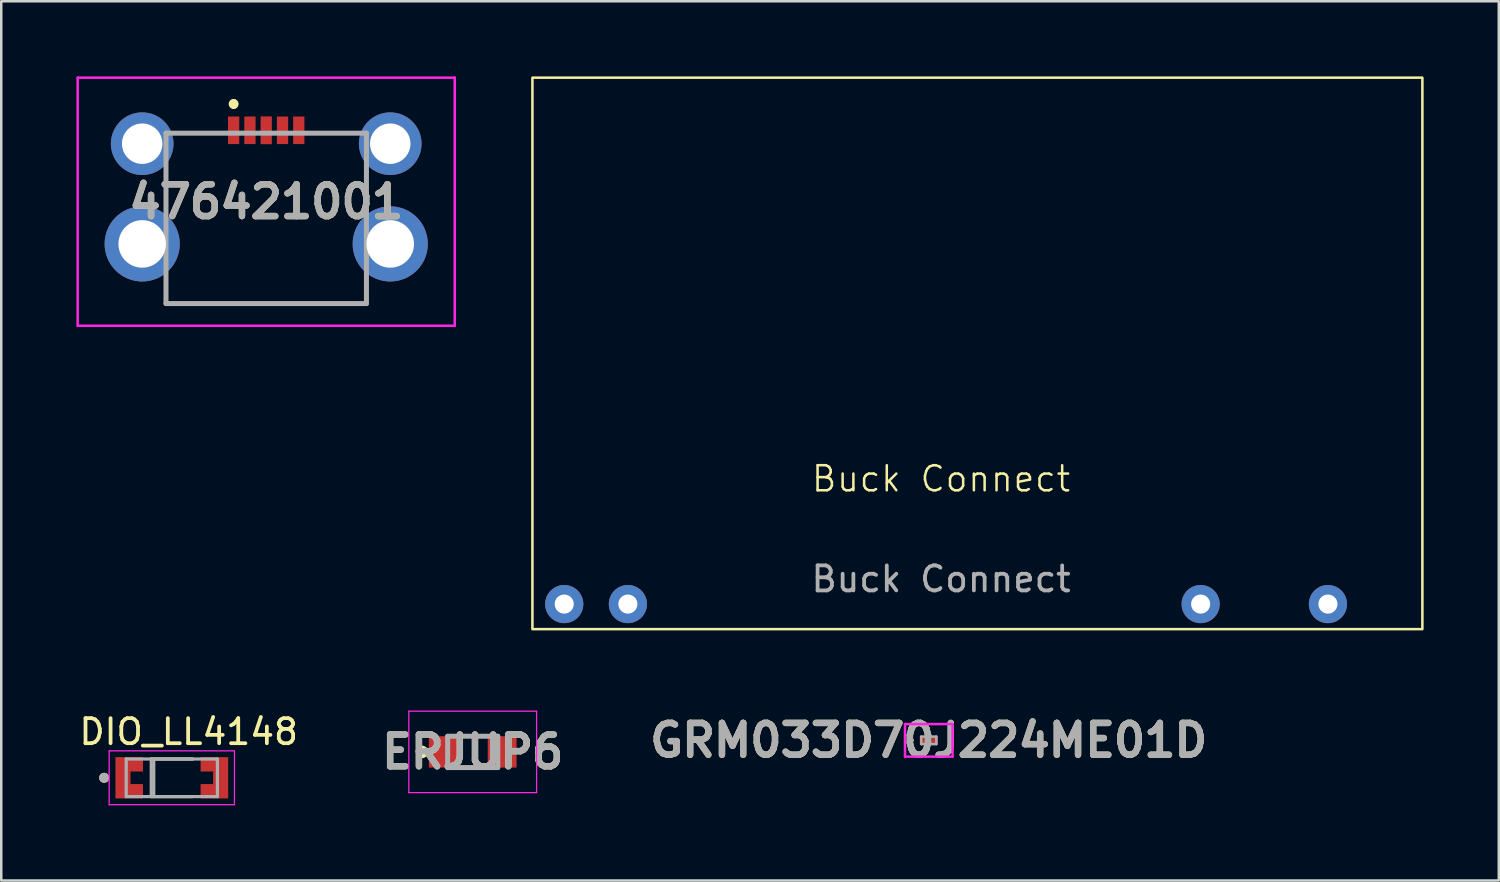
<source format=kicad_pcb>
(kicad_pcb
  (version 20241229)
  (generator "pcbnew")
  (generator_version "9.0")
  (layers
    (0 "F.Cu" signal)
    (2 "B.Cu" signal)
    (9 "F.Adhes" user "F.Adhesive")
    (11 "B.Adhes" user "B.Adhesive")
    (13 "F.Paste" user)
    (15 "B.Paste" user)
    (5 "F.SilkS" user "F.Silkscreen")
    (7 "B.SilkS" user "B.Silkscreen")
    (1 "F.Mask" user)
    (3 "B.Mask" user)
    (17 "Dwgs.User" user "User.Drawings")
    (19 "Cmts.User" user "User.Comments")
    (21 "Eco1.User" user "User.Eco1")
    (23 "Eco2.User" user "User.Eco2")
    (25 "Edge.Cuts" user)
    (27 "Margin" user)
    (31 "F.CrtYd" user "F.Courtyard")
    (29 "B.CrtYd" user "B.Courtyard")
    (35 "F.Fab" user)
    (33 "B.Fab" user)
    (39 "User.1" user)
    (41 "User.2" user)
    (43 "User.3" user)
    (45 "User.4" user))
  (footprint "DIO_LL4148"
    (layer "F.Cu")
    (at 3.807 27.993)
    (property "Reference" "DIO_LL4148" (at 0.675 -1.835 0) (layer "F.SilkS") (effects (font (size 1 1) (thickness 0.15))))
    (attr smd)
    (fp_poly (pts (xy -1.55 -0.925) (xy -1.05 -0.925) (xy -1.05 -0.15) (xy -1.55 -0.15)) (stroke (width 0.01) (type solid)) (fill yes) (layer "F.Mask"))
    (fp_poly (pts (xy -1.55 0.15) (xy -1.05 0.15) (xy -1.05 0.925) (xy -1.55 0.925)) (stroke (width 0.01) (type solid)) (fill yes) (layer "F.Mask"))
    (fp_poly (pts (xy 1.05 -0.925) (xy 1.55 -0.925) (xy 1.55 -0.15) (xy 1.05 -0.15)) (stroke (width 0.01) (type solid)) (fill yes) (layer "F.Mask"))
    (fp_poly (pts (xy 1.05 0.15) (xy 1.55 0.15) (xy 1.55 0.925) (xy 1.05 0.925)) (stroke (width 0.01) (type solid)) (fill yes) (layer "F.Mask"))
    (fp_line (start -0.83 -0.75) (end 0.83 -0.75) (stroke (width 0.127) (type solid)) (layer "F.SilkS"))
    (fp_line (start 0.83 0.75) (end -0.83 0.75) (stroke (width 0.127) (type solid)) (layer "F.SilkS"))
    (fp_circle (center -2.7 0) (end -2.6 0) (stroke (width 0.2) (type solid)) (fill no) (layer "F.SilkS"))
    (fp_poly (pts (xy -1.65 -0.825) (xy -1.15 -0.825) (xy -1.15 -0.25) (xy -1.65 -0.25)) (stroke (width 0.01) (type solid)) (fill yes) (layer "F.Paste"))
    (fp_poly (pts (xy -1.65 0.25) (xy -1.15 0.25) (xy -1.15 0.825) (xy -1.65 0.825)) (stroke (width 0.01) (type solid)) (fill yes) (layer "F.Paste"))
    (fp_poly (pts (xy -1.65 0.25) (xy -1.15 0.25) (xy -1.15 0.825) (xy -1.65 0.825)) (stroke (width 0.01) (type solid)) (fill yes) (layer "F.Paste"))
    (fp_poly (pts (xy 1.15 -0.825) (xy 1.65 -0.825) (xy 1.65 -0.25) (xy 1.15 -0.25)) (stroke (width 0.01) (type solid)) (fill yes) (layer "F.Paste"))
    (fp_poly (pts (xy 1.15 -0.825) (xy 1.65 -0.825) (xy 1.65 -0.25) (xy 1.15 -0.25)) (stroke (width 0.01) (type solid)) (fill yes) (layer "F.Paste"))
    (fp_poly (pts (xy 1.15 0.25) (xy 1.65 0.25) (xy 1.65 0.825) (xy 1.15 0.825)) (stroke (width 0.01) (type solid)) (fill yes) (layer "F.Paste"))
    (fp_line (start -2.5 -1.075) (end -2.5 1.075) (stroke (width 0.05) (type solid)) (layer "F.CrtYd"))
    (fp_line (start -2.5 -1.075) (end 2.5 -1.075) (stroke (width 0.05) (type solid)) (layer "F.CrtYd"))
    (fp_line (start 2.5 1.075) (end -2.5 1.075) (stroke (width 0.05) (type solid)) (layer "F.CrtYd"))
    (fp_line (start 2.5 1.075) (end 2.5 -1.075) (stroke (width 0.05) (type solid)) (layer "F.CrtYd"))
    (fp_line (start -1.82 -0.75) (end -1.82 0.75) (stroke (width 0.127) (type solid)) (layer "F.Fab"))
    (fp_line (start -1.82 -0.75) (end 1.82 -0.75) (stroke (width 0.127) (type solid)) (layer "F.Fab"))
    (fp_line (start -0.82 -0.75) (end -0.82 0.75) (stroke (width 0.127) (type solid)) (layer "F.Fab"))
    (fp_line (start -0.72 -0.75) (end -0.72 0.75) (stroke (width 0.127) (type solid)) (layer "F.Fab"))
    (fp_line (start 1.82 0.75) (end -1.82 0.75) (stroke (width 0.127) (type solid)) (layer "F.Fab"))
    (fp_line (start 1.82 0.75) (end 1.82 -0.75) (stroke (width 0.127) (type solid)) (layer "F.Fab"))
    (fp_circle (center -2.7 0) (end -2.6 0) (stroke (width 0.2) (type solid)) (fill no) (layer "F.Fab"))
    (pad "A" smd custom (at 1.95 0) (size 0.6 1.65) (layers "F.Cu" "F.Mask" "F.Paste") (options (anchor rect)) (primitives (gr_poly (pts (xy -0.8 -0.825) (xy 0.3 -0.825) (xy 0.3 0.825) (xy -0.8 0.825) (xy -0.8 0.25) (xy -0.3 0.25) (xy -0.3 -0.25) (xy -0.8 -0.25)) (width 0.001) (fill yes))))
    (pad "C" smd custom (at -1.95 0) (size 0.6 1.65) (layers "F.Cu" "F.Mask" "F.Paste") (options (anchor rect)) (primitives (gr_poly (pts (xy -0.29 -0.825) (xy 0.8 -0.825) (xy 0.8 -0.25) (xy 0.3 -0.25) (xy 0.3 0.25) (xy 0.8 0.25) (xy 0.8 0.825) (xy -0.29 0.825)) (width 0.001) (fill yes)))))
  (footprint "476421001"
    (layer "F.Cu")
    (at 7.575 5)
    (property "Reference" "476421001" (at 0 0 0) (layer "F.SilkS") (effects (font (size 1.27 1.27) (thickness 0.254))))
    (attr through_hole)
    (fp_line (start -4 4.065) (end 4 4.065) (stroke (width 0.1) (type solid)) (layer "F.SilkS"))
    (fp_line (start -1.3 -4) (end -1.3 -4) (stroke (width 0.2) (type solid)) (layer "F.SilkS"))
    (fp_line (start -1.3 -3.8) (end -1.3 -3.8) (stroke (width 0.2) (type solid)) (layer "F.SilkS"))
    (fp_arc (start -1.3 -4) (mid -1.2 -3.9) (end -1.3 -3.8) (stroke (width 0.2) (type solid)) (layer "F.SilkS"))
    (fp_arc (start -1.3 -3.8) (mid -1.4 -3.9) (end -1.3 -4) (stroke (width 0.2) (type solid)) (layer "F.SilkS"))
    (fp_line (start -7.525 -4.95) (end 7.525 -4.95) (stroke (width 0.1) (type solid)) (layer "F.CrtYd"))
    (fp_line (start -7.525 4.95) (end -7.525 -4.95) (stroke (width 0.1) (type solid)) (layer "F.CrtYd"))
    (fp_line (start 7.525 -4.95) (end 7.525 4.95) (stroke (width 0.1) (type solid)) (layer "F.CrtYd"))
    (fp_line (start 7.525 4.95) (end -7.525 4.95) (stroke (width 0.1) (type solid)) (layer "F.CrtYd"))
    (fp_line (start -4 -2.735) (end 4 -2.735) (stroke (width 0.2) (type solid)) (layer "F.Fab"))
    (fp_line (start -4 4.065) (end -4 -2.735) (stroke (width 0.2) (type solid)) (layer "F.Fab"))
    (fp_line (start 4 -2.735) (end 4 4.065) (stroke (width 0.2) (type solid)) (layer "F.Fab"))
    (fp_line (start 4 4.065) (end -4 4.065) (stroke (width 0.2) (type solid)) (layer "F.Fab"))
    (fp_text user "${REFERENCE}" (at 0 0 0) (layer "F.Fab") (effects (font (size 1.27 1.27) (thickness 0.254))))
    (pad "1" smd rect (at -1.3 -2.85) (size 0.45 1.1) (layers "F.Cu" "F.Mask" "F.Paste"))
    (pad "2" smd rect (at -0.65 -2.85) (size 0.45 1.1) (layers "F.Cu" "F.Mask" "F.Paste"))
    (pad "3" smd rect (at 0 -2.85) (size 0.45 1.11) (layers "F.Cu" "F.Mask" "F.Paste"))
    (pad "4" smd rect (at 0.65 -2.85) (size 0.45 1.1) (layers "F.Cu" "F.Mask" "F.Paste"))
    (pad "5" smd rect (at 1.3 -2.85) (size 0.45 1.1) (layers "F.Cu" "F.Mask" "F.Paste"))
    (pad "MH1" thru_hole circle (at -4.95 1.685) (size 3 3) (drill 1.897) (layers "*.Cu" "*.Mask"))
    (pad "MH2" thru_hole circle (at 4.95 1.685) (size 3 3) (drill 1.897) (layers "*.Cu" "*.Mask"))
    (pad "MH3" thru_hole circle (at -4.95 -2.315) (size 2.5 2.5) (drill 1.615) (layers "*.Cu" "*.Mask"))
    (pad "MH4" thru_hole circle (at 4.95 -2.315) (size 2.5 2.5) (drill 1.615) (layers "*.Cu" "*.Mask")))
  (footprint "GRM033D70J224ME01D"
    (layer "F.Cu")
    (at 34.02 26.499)
    (property "Reference" "GRM033D70J224ME01D" (at 0 0 0) (layer "F.SilkS") (effects (font (size 1.27 1.27) (thickness 0.254))))
    (attr smd)
    (fp_line (start -0.7 -0.05) (end -0.7 -0.05) (stroke (width 0.1) (type solid)) (layer "F.SilkS"))
    (fp_line (start -0.7 0.05) (end -0.7 0.05) (stroke (width 0.1) (type solid)) (layer "F.SilkS"))
    (fp_arc (start -0.7 -0.05) (mid -0.65 0) (end -0.7 0.05) (stroke (width 0.1) (type solid)) (layer "F.SilkS"))
    (fp_arc (start -0.7 0.05) (mid -0.75 0) (end -0.7 -0.05) (stroke (width 0.1) (type solid)) (layer "F.SilkS"))
    (fp_line (start -0.95 -0.65) (end 0.95 -0.65) (stroke (width 0.1) (type solid)) (layer "F.CrtYd"))
    (fp_line (start -0.95 0.65) (end -0.95 -0.65) (stroke (width 0.1) (type solid)) (layer "F.CrtYd"))
    (fp_line (start 0.95 -0.65) (end 0.95 0.65) (stroke (width 0.1) (type solid)) (layer "F.CrtYd"))
    (fp_line (start 0.95 0.65) (end -0.95 0.65) (stroke (width 0.1) (type solid)) (layer "F.CrtYd"))
    (fp_line (start -0.3 -0.15) (end 0.3 -0.15) (stroke (width 0.1) (type solid)) (layer "F.Fab"))
    (fp_line (start -0.3 0.15) (end -0.3 -0.15) (stroke (width 0.1) (type solid)) (layer "F.Fab"))
    (fp_line (start 0.3 -0.15) (end 0.3 0.15) (stroke (width 0.1) (type solid)) (layer "F.Fab"))
    (fp_line (start 0.3 0.15) (end -0.3 0.15) (stroke (width 0.1) (type solid)) (layer "F.Fab"))
    (fp_text user "${REFERENCE}" (at 0 0 0) (layer "F.Fab") (effects (font (size 1.27 1.27) (thickness 0.254))))
    (pad "1" smd rect (at -0.237 0) (size 0.25 0.35) (layers "F.Cu" "F.Mask" "F.Paste"))
    (pad "2" smd rect (at 0.237 0) (size 0.25 0.35) (layers "F.Cu" "F.Mask" "F.Paste")))
  (footprint "ERJUP6"
    (layer "F.Cu")
    (at 15.817 26.96)
    (property "Reference" "ERJUP6" (at 0 0 0) (layer "F.SilkS") (effects (font (size 1.27 1.27) (thickness 0.254))))
    (attr smd)
    (fp_circle (center -2.025 0) (end -2.025 0.05) (stroke (width 0.2) (type solid)) (fill no) (layer "F.SilkS"))
    (fp_line (start -2.55 -1.625) (end 2.55 -1.625) (stroke (width 0.05) (type solid)) (layer "F.CrtYd"))
    (fp_line (start -2.55 1.625) (end -2.55 -1.625) (stroke (width 0.05) (type solid)) (layer "F.CrtYd"))
    (fp_line (start 2.55 -1.625) (end 2.55 1.625) (stroke (width 0.05) (type solid)) (layer "F.CrtYd"))
    (fp_line (start 2.55 1.625) (end -2.55 1.625) (stroke (width 0.05) (type solid)) (layer "F.CrtYd"))
    (fp_line (start -1 -0.625) (end 1 -0.625) (stroke (width 0.2) (type solid)) (layer "F.Fab"))
    (fp_line (start -1 0.625) (end -1 -0.625) (stroke (width 0.2) (type solid)) (layer "F.Fab"))
    (fp_line (start 1 -0.625) (end 1 0.625) (stroke (width 0.2) (type solid)) (layer "F.Fab"))
    (fp_line (start 1 0.625) (end -1 0.625) (stroke (width 0.2) (type solid)) (layer "F.Fab"))
    (fp_text user "${REFERENCE}" (at 0 0 0) (layer "F.Fab") (effects (font (size 1.27 1.27) (thickness 0.254))))
    (pad "1" smd rect (at -1.175 0) (size 1.15 1.25) (layers "F.Cu" "F.Mask" "F.Paste"))
    (pad "2" smd rect (at 1.175 0) (size 1.15 1.25) (layers "F.Cu" "F.Mask" "F.Paste")))
  (footprint "Buck Connect"
    (layer "F.Cu")
    (at 34.51 22.06)
    (property "Reference" "Buck Connect" (at 0 -6 0) (unlocked yes) (layer "F.SilkS") (effects (font (size 1 1) (thickness 0.1))))
    (attr through_hole)
    (fp_rect (start -16.31 -22.01) (end 19.21 0) (stroke (width 0.1) (type default)) (fill no) (layer "F.SilkS"))
    (fp_text user "${REFERENCE}" (at 0 -2 0) (unlocked yes) (layer "F.Fab") (effects (font (size 1 1) (thickness 0.15))))
    (pad "1" thru_hole circle (at 10.36 -1) (size 1.524 1.524) (drill 0.762) (layers "*.Cu" "*.Mask"))
    (pad "2" thru_hole circle (at 15.44 -1) (size 1.524 1.524) (drill 0.762) (layers "*.Cu" "*.Mask"))
    (pad "3" thru_hole circle (at -12.5 -1) (size 1.524 1.524) (drill 0.762) (layers "*.Cu" "*.Mask"))
    (pad "4" thru_hole circle (at -15.04 -1) (size 1.524 1.524) (drill 0.762) (layers "*.Cu" "*.Mask")))
  (gr_rect
    (start -3 -3)
    (end 56.77 32.093)
    (stroke (width 0.1) (type default))
    (fill no)
    (layer "Edge.Cuts")))
</source>
